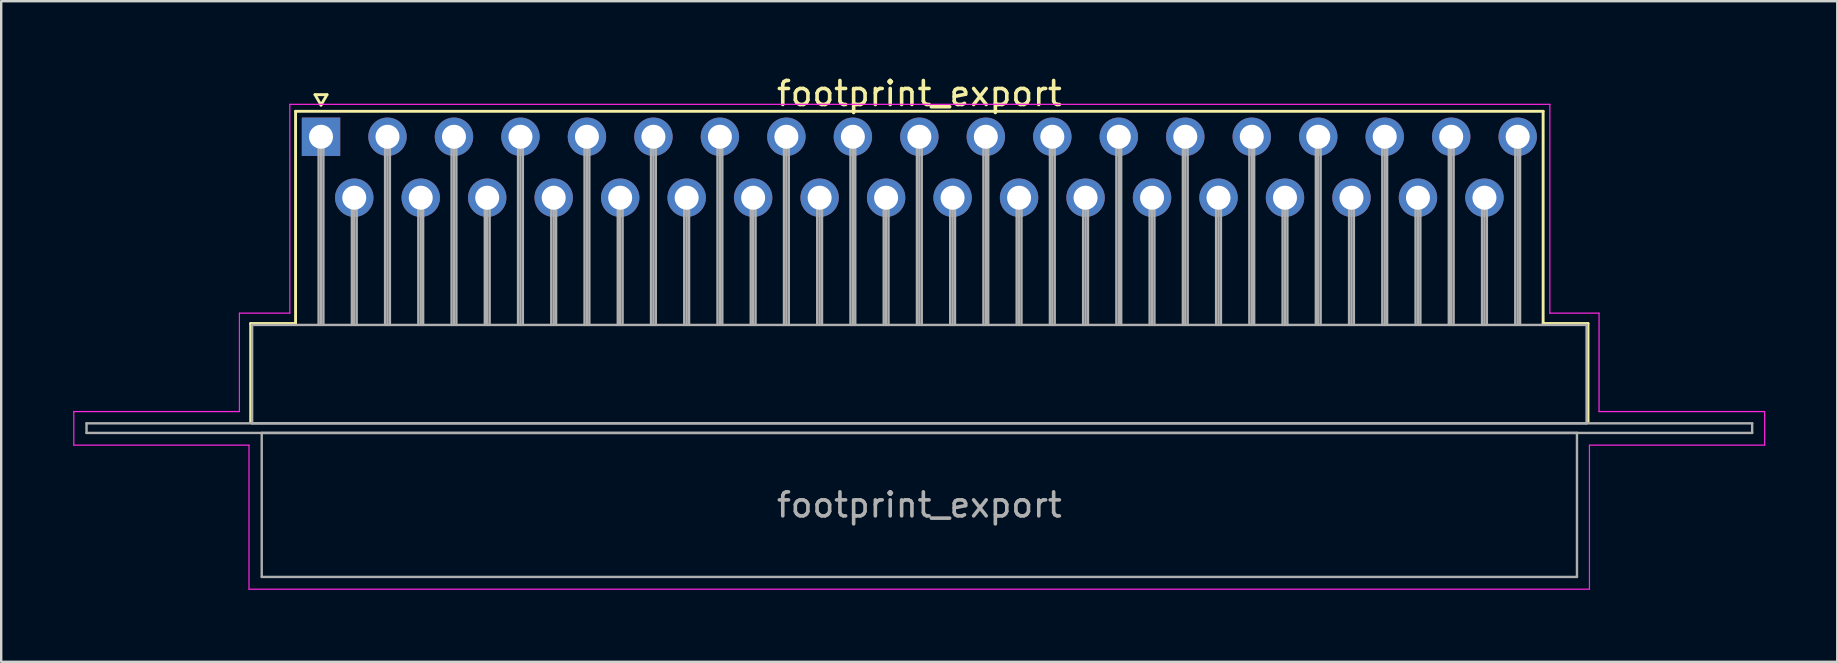
<source format=kicad_pcb>
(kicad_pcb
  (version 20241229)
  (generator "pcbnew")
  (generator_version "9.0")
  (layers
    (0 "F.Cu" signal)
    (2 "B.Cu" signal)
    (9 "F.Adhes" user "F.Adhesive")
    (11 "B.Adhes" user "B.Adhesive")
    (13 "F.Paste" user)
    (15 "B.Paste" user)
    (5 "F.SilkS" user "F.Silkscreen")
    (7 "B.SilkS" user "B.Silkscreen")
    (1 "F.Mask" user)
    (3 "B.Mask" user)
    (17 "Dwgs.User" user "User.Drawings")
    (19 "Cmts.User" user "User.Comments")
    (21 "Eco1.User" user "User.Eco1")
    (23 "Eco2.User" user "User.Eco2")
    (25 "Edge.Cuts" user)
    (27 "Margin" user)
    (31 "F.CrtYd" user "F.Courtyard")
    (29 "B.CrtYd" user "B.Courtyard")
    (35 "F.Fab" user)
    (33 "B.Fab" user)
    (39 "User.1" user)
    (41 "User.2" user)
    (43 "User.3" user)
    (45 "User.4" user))
  (footprint "footprint_export"
    (layer "F.Cu")
    (at 10.325 2.648)
    (property "Reference" "footprint_export" (at 24.93 -1.8 0) (layer "F.SilkS") (effects (font (size 1 1) (thickness 0.15))))
    (attr through_hole)
    (fp_line (start -2.93 7.78) (end -1.06 7.78) (stroke (width 0.12) (type solid)) (layer "F.SilkS"))
    (fp_line (start -2.93 11.88) (end -2.93 7.78) (stroke (width 0.12) (type solid)) (layer "F.SilkS"))
    (fp_line (start -1.06 -1.06) (end 50.92 -1.06) (stroke (width 0.12) (type solid)) (layer "F.SilkS"))
    (fp_line (start -1.06 7.78) (end -1.06 -1.06) (stroke (width 0.12) (type solid)) (layer "F.SilkS"))
    (fp_line (start -0.25 -1.754) (end 0.25 -1.754) (stroke (width 0.12) (type solid)) (layer "F.SilkS"))
    (fp_line (start 0 -1.321) (end -0.25 -1.754) (stroke (width 0.12) (type solid)) (layer "F.SilkS"))
    (fp_line (start 0.25 -1.754) (end 0 -1.321) (stroke (width 0.12) (type solid)) (layer "F.SilkS"))
    (fp_line (start 50.92 -1.06) (end 50.92 7.78) (stroke (width 0.12) (type solid)) (layer "F.SilkS"))
    (fp_line (start 50.92 7.78) (end 52.79 7.78) (stroke (width 0.12) (type solid)) (layer "F.SilkS"))
    (fp_line (start 52.79 7.78) (end 52.79 11.88) (stroke (width 0.12) (type solid)) (layer "F.SilkS"))
    (fp_line (start -10.3 11.45) (end -3.4 11.45) (stroke (width 0.05) (type solid)) (layer "F.CrtYd"))
    (fp_line (start -10.3 12.85) (end -10.3 11.45) (stroke (width 0.05) (type solid)) (layer "F.CrtYd"))
    (fp_line (start -3.4 7.35) (end -1.3 7.35) (stroke (width 0.05) (type solid)) (layer "F.CrtYd"))
    (fp_line (start -3.4 11.45) (end -3.4 7.35) (stroke (width 0.05) (type solid)) (layer "F.CrtYd"))
    (fp_line (start -3 12.85) (end -10.3 12.85) (stroke (width 0.05) (type solid)) (layer "F.CrtYd"))
    (fp_line (start -3 18.85) (end -3 12.85) (stroke (width 0.05) (type solid)) (layer "F.CrtYd"))
    (fp_line (start -1.3 -1.35) (end 51.2 -1.35) (stroke (width 0.05) (type solid)) (layer "F.CrtYd"))
    (fp_line (start -1.3 7.35) (end -1.3 -1.35) (stroke (width 0.05) (type solid)) (layer "F.CrtYd"))
    (fp_line (start 51.2 -1.35) (end 51.2 7.35) (stroke (width 0.05) (type solid)) (layer "F.CrtYd"))
    (fp_line (start 51.2 7.35) (end 53.25 7.35) (stroke (width 0.05) (type solid)) (layer "F.CrtYd"))
    (fp_line (start 52.85 12.85) (end 52.85 18.85) (stroke (width 0.05) (type solid)) (layer "F.CrtYd"))
    (fp_line (start 52.85 18.85) (end -3 18.85) (stroke (width 0.05) (type solid)) (layer "F.CrtYd"))
    (fp_line (start 53.25 7.35) (end 53.25 11.45) (stroke (width 0.05) (type solid)) (layer "F.CrtYd"))
    (fp_line (start 53.25 11.45) (end 60.15 11.45) (stroke (width 0.05) (type solid)) (layer "F.CrtYd"))
    (fp_line (start 60.15 11.45) (end 60.15 12.85) (stroke (width 0.05) (type solid)) (layer "F.CrtYd"))
    (fp_line (start 60.15 12.85) (end 52.85 12.85) (stroke (width 0.05) (type solid)) (layer "F.CrtYd"))
    (fp_line (start -9.77 11.94) (end -9.77 12.34) (stroke (width 0.1) (type solid)) (layer "F.Fab"))
    (fp_line (start -9.77 12.34) (end 59.63 12.34) (stroke (width 0.1) (type solid)) (layer "F.Fab"))
    (fp_line (start -2.87 7.84) (end -2.87 11.94) (stroke (width 0.1) (type solid)) (layer "F.Fab"))
    (fp_line (start -2.87 11.94) (end 52.73 11.94) (stroke (width 0.1) (type solid)) (layer "F.Fab"))
    (fp_line (start -2.47 12.34) (end -2.47 18.34) (stroke (width 0.1) (type solid)) (layer "F.Fab"))
    (fp_line (start -2.47 18.34) (end 52.33 18.34) (stroke (width 0.1) (type solid)) (layer "F.Fab"))
    (fp_line (start -0.1 0) (end -0.1 7.84) (stroke (width 0.1) (type solid)) (layer "F.Fab"))
    (fp_line (start 0 0) (end 0 7.84) (stroke (width 0.1) (type solid)) (layer "F.Fab"))
    (fp_line (start 0.1 0) (end 0.1 7.84) (stroke (width 0.1) (type solid)) (layer "F.Fab"))
    (fp_line (start 1.285 2.54) (end 1.285 7.84) (stroke (width 0.1) (type solid)) (layer "F.Fab"))
    (fp_line (start 1.385 2.54) (end 1.385 7.84) (stroke (width 0.1) (type solid)) (layer "F.Fab"))
    (fp_line (start 1.485 2.54) (end 1.485 7.84) (stroke (width 0.1) (type solid)) (layer "F.Fab"))
    (fp_line (start 2.67 0) (end 2.67 7.84) (stroke (width 0.1) (type solid)) (layer "F.Fab"))
    (fp_line (start 2.77 0) (end 2.77 7.84) (stroke (width 0.1) (type solid)) (layer "F.Fab"))
    (fp_line (start 2.87 0) (end 2.87 7.84) (stroke (width 0.1) (type solid)) (layer "F.Fab"))
    (fp_line (start 4.055 2.54) (end 4.055 7.84) (stroke (width 0.1) (type solid)) (layer "F.Fab"))
    (fp_line (start 4.155 2.54) (end 4.155 7.84) (stroke (width 0.1) (type solid)) (layer "F.Fab"))
    (fp_line (start 4.255 2.54) (end 4.255 7.84) (stroke (width 0.1) (type solid)) (layer "F.Fab"))
    (fp_line (start 5.44 0) (end 5.44 7.84) (stroke (width 0.1) (type solid)) (layer "F.Fab"))
    (fp_line (start 5.54 0) (end 5.54 7.84) (stroke (width 0.1) (type solid)) (layer "F.Fab"))
    (fp_line (start 5.64 0) (end 5.64 7.84) (stroke (width 0.1) (type solid)) (layer "F.Fab"))
    (fp_line (start 6.825 2.54) (end 6.825 7.84) (stroke (width 0.1) (type solid)) (layer "F.Fab"))
    (fp_line (start 6.925 2.54) (end 6.925 7.84) (stroke (width 0.1) (type solid)) (layer "F.Fab"))
    (fp_line (start 7.025 2.54) (end 7.025 7.84) (stroke (width 0.1) (type solid)) (layer "F.Fab"))
    (fp_line (start 8.21 0) (end 8.21 7.84) (stroke (width 0.1) (type solid)) (layer "F.Fab"))
    (fp_line (start 8.31 0) (end 8.31 7.84) (stroke (width 0.1) (type solid)) (layer "F.Fab"))
    (fp_line (start 8.41 0) (end 8.41 7.84) (stroke (width 0.1) (type solid)) (layer "F.Fab"))
    (fp_line (start 9.595 2.54) (end 9.595 7.84) (stroke (width 0.1) (type solid)) (layer "F.Fab"))
    (fp_line (start 9.695 2.54) (end 9.695 7.84) (stroke (width 0.1) (type solid)) (layer "F.Fab"))
    (fp_line (start 9.795 2.54) (end 9.795 7.84) (stroke (width 0.1) (type solid)) (layer "F.Fab"))
    (fp_line (start 10.98 0) (end 10.98 7.84) (stroke (width 0.1) (type solid)) (layer "F.Fab"))
    (fp_line (start 11.08 0) (end 11.08 7.84) (stroke (width 0.1) (type solid)) (layer "F.Fab"))
    (fp_line (start 11.18 0) (end 11.18 7.84) (stroke (width 0.1) (type solid)) (layer "F.Fab"))
    (fp_line (start 12.365 2.54) (end 12.365 7.84) (stroke (width 0.1) (type solid)) (layer "F.Fab"))
    (fp_line (start 12.465 2.54) (end 12.465 7.84) (stroke (width 0.1) (type solid)) (layer "F.Fab"))
    (fp_line (start 12.565 2.54) (end 12.565 7.84) (stroke (width 0.1) (type solid)) (layer "F.Fab"))
    (fp_line (start 13.75 0) (end 13.75 7.84) (stroke (width 0.1) (type solid)) (layer "F.Fab"))
    (fp_line (start 13.85 0) (end 13.85 7.84) (stroke (width 0.1) (type solid)) (layer "F.Fab"))
    (fp_line (start 13.95 0) (end 13.95 7.84) (stroke (width 0.1) (type solid)) (layer "F.Fab"))
    (fp_line (start 15.135 2.54) (end 15.135 7.84) (stroke (width 0.1) (type solid)) (layer "F.Fab"))
    (fp_line (start 15.235 2.54) (end 15.235 7.84) (stroke (width 0.1) (type solid)) (layer "F.Fab"))
    (fp_line (start 15.335 2.54) (end 15.335 7.84) (stroke (width 0.1) (type solid)) (layer "F.Fab"))
    (fp_line (start 16.52 0) (end 16.52 7.84) (stroke (width 0.1) (type solid)) (layer "F.Fab"))
    (fp_line (start 16.62 0) (end 16.62 7.84) (stroke (width 0.1) (type solid)) (layer "F.Fab"))
    (fp_line (start 16.72 0) (end 16.72 7.84) (stroke (width 0.1) (type solid)) (layer "F.Fab"))
    (fp_line (start 17.905 2.54) (end 17.905 7.84) (stroke (width 0.1) (type solid)) (layer "F.Fab"))
    (fp_line (start 18.005 2.54) (end 18.005 7.84) (stroke (width 0.1) (type solid)) (layer "F.Fab"))
    (fp_line (start 18.105 2.54) (end 18.105 7.84) (stroke (width 0.1) (type solid)) (layer "F.Fab"))
    (fp_line (start 19.29 0) (end 19.29 7.84) (stroke (width 0.1) (type solid)) (layer "F.Fab"))
    (fp_line (start 19.39 0) (end 19.39 7.84) (stroke (width 0.1) (type solid)) (layer "F.Fab"))
    (fp_line (start 19.49 0) (end 19.49 7.84) (stroke (width 0.1) (type solid)) (layer "F.Fab"))
    (fp_line (start 20.675 2.54) (end 20.675 7.84) (stroke (width 0.1) (type solid)) (layer "F.Fab"))
    (fp_line (start 20.775 2.54) (end 20.775 7.84) (stroke (width 0.1) (type solid)) (layer "F.Fab"))
    (fp_line (start 20.875 2.54) (end 20.875 7.84) (stroke (width 0.1) (type solid)) (layer "F.Fab"))
    (fp_line (start 22.06 0) (end 22.06 7.84) (stroke (width 0.1) (type solid)) (layer "F.Fab"))
    (fp_line (start 22.16 0) (end 22.16 7.84) (stroke (width 0.1) (type solid)) (layer "F.Fab"))
    (fp_line (start 22.26 0) (end 22.26 7.84) (stroke (width 0.1) (type solid)) (layer "F.Fab"))
    (fp_line (start 23.445 2.54) (end 23.445 7.84) (stroke (width 0.1) (type solid)) (layer "F.Fab"))
    (fp_line (start 23.545 2.54) (end 23.545 7.84) (stroke (width 0.1) (type solid)) (layer "F.Fab"))
    (fp_line (start 23.645 2.54) (end 23.645 7.84) (stroke (width 0.1) (type solid)) (layer "F.Fab"))
    (fp_line (start 24.83 0) (end 24.83 7.84) (stroke (width 0.1) (type solid)) (layer "F.Fab"))
    (fp_line (start 24.93 0) (end 24.93 7.84) (stroke (width 0.1) (type solid)) (layer "F.Fab"))
    (fp_line (start 25.03 0) (end 25.03 7.84) (stroke (width 0.1) (type solid)) (layer "F.Fab"))
    (fp_line (start 26.215 2.54) (end 26.215 7.84) (stroke (width 0.1) (type solid)) (layer "F.Fab"))
    (fp_line (start 26.315 2.54) (end 26.315 7.84) (stroke (width 0.1) (type solid)) (layer "F.Fab"))
    (fp_line (start 26.415 2.54) (end 26.415 7.84) (stroke (width 0.1) (type solid)) (layer "F.Fab"))
    (fp_line (start 27.6 0) (end 27.6 7.84) (stroke (width 0.1) (type solid)) (layer "F.Fab"))
    (fp_line (start 27.7 0) (end 27.7 7.84) (stroke (width 0.1) (type solid)) (layer "F.Fab"))
    (fp_line (start 27.8 0) (end 27.8 7.84) (stroke (width 0.1) (type solid)) (layer "F.Fab"))
    (fp_line (start 28.985 2.54) (end 28.985 7.84) (stroke (width 0.1) (type solid)) (layer "F.Fab"))
    (fp_line (start 29.085 2.54) (end 29.085 7.84) (stroke (width 0.1) (type solid)) (layer "F.Fab"))
    (fp_line (start 29.185 2.54) (end 29.185 7.84) (stroke (width 0.1) (type solid)) (layer "F.Fab"))
    (fp_line (start 30.37 0) (end 30.37 7.84) (stroke (width 0.1) (type solid)) (layer "F.Fab"))
    (fp_line (start 30.47 0) (end 30.47 7.84) (stroke (width 0.1) (type solid)) (layer "F.Fab"))
    (fp_line (start 30.57 0) (end 30.57 7.84) (stroke (width 0.1) (type solid)) (layer "F.Fab"))
    (fp_line (start 31.755 2.54) (end 31.755 7.84) (stroke (width 0.1) (type solid)) (layer "F.Fab"))
    (fp_line (start 31.855 2.54) (end 31.855 7.84) (stroke (width 0.1) (type solid)) (layer "F.Fab"))
    (fp_line (start 31.955 2.54) (end 31.955 7.84) (stroke (width 0.1) (type solid)) (layer "F.Fab"))
    (fp_line (start 33.14 0) (end 33.14 7.84) (stroke (width 0.1) (type solid)) (layer "F.Fab"))
    (fp_line (start 33.24 0) (end 33.24 7.84) (stroke (width 0.1) (type solid)) (layer "F.Fab"))
    (fp_line (start 33.34 0) (end 33.34 7.84) (stroke (width 0.1) (type solid)) (layer "F.Fab"))
    (fp_line (start 34.525 2.54) (end 34.525 7.84) (stroke (width 0.1) (type solid)) (layer "F.Fab"))
    (fp_line (start 34.625 2.54) (end 34.625 7.84) (stroke (width 0.1) (type solid)) (layer "F.Fab"))
    (fp_line (start 34.725 2.54) (end 34.725 7.84) (stroke (width 0.1) (type solid)) (layer "F.Fab"))
    (fp_line (start 35.91 0) (end 35.91 7.84) (stroke (width 0.1) (type solid)) (layer "F.Fab"))
    (fp_line (start 36.01 0) (end 36.01 7.84) (stroke (width 0.1) (type solid)) (layer "F.Fab"))
    (fp_line (start 36.11 0) (end 36.11 7.84) (stroke (width 0.1) (type solid)) (layer "F.Fab"))
    (fp_line (start 37.295 2.54) (end 37.295 7.84) (stroke (width 0.1) (type solid)) (layer "F.Fab"))
    (fp_line (start 37.395 2.54) (end 37.395 7.84) (stroke (width 0.1) (type solid)) (layer "F.Fab"))
    (fp_line (start 37.495 2.54) (end 37.495 7.84) (stroke (width 0.1) (type solid)) (layer "F.Fab"))
    (fp_line (start 38.68 0) (end 38.68 7.84) (stroke (width 0.1) (type solid)) (layer "F.Fab"))
    (fp_line (start 38.78 0) (end 38.78 7.84) (stroke (width 0.1) (type solid)) (layer "F.Fab"))
    (fp_line (start 38.88 0) (end 38.88 7.84) (stroke (width 0.1) (type solid)) (layer "F.Fab"))
    (fp_line (start 40.065 2.54) (end 40.065 7.84) (stroke (width 0.1) (type solid)) (layer "F.Fab"))
    (fp_line (start 40.165 2.54) (end 40.165 7.84) (stroke (width 0.1) (type solid)) (layer "F.Fab"))
    (fp_line (start 40.265 2.54) (end 40.265 7.84) (stroke (width 0.1) (type solid)) (layer "F.Fab"))
    (fp_line (start 41.45 0) (end 41.45 7.84) (stroke (width 0.1) (type solid)) (layer "F.Fab"))
    (fp_line (start 41.55 0) (end 41.55 7.84) (stroke (width 0.1) (type solid)) (layer "F.Fab"))
    (fp_line (start 41.65 0) (end 41.65 7.84) (stroke (width 0.1) (type solid)) (layer "F.Fab"))
    (fp_line (start 42.835 2.54) (end 42.835 7.84) (stroke (width 0.1) (type solid)) (layer "F.Fab"))
    (fp_line (start 42.935 2.54) (end 42.935 7.84) (stroke (width 0.1) (type solid)) (layer "F.Fab"))
    (fp_line (start 43.035 2.54) (end 43.035 7.84) (stroke (width 0.1) (type solid)) (layer "F.Fab"))
    (fp_line (start 44.22 0) (end 44.22 7.84) (stroke (width 0.1) (type solid)) (layer "F.Fab"))
    (fp_line (start 44.32 0) (end 44.32 7.84) (stroke (width 0.1) (type solid)) (layer "F.Fab"))
    (fp_line (start 44.42 0) (end 44.42 7.84) (stroke (width 0.1) (type solid)) (layer "F.Fab"))
    (fp_line (start 45.605 2.54) (end 45.605 7.84) (stroke (width 0.1) (type solid)) (layer "F.Fab"))
    (fp_line (start 45.705 2.54) (end 45.705 7.84) (stroke (width 0.1) (type solid)) (layer "F.Fab"))
    (fp_line (start 45.805 2.54) (end 45.805 7.84) (stroke (width 0.1) (type solid)) (layer "F.Fab"))
    (fp_line (start 46.99 0) (end 46.99 7.84) (stroke (width 0.1) (type solid)) (layer "F.Fab"))
    (fp_line (start 47.09 0) (end 47.09 7.84) (stroke (width 0.1) (type solid)) (layer "F.Fab"))
    (fp_line (start 47.19 0) (end 47.19 7.84) (stroke (width 0.1) (type solid)) (layer "F.Fab"))
    (fp_line (start 48.375 2.54) (end 48.375 7.84) (stroke (width 0.1) (type solid)) (layer "F.Fab"))
    (fp_line (start 48.475 2.54) (end 48.475 7.84) (stroke (width 0.1) (type solid)) (layer "F.Fab"))
    (fp_line (start 48.575 2.54) (end 48.575 7.84) (stroke (width 0.1) (type solid)) (layer "F.Fab"))
    (fp_line (start 49.76 0) (end 49.76 7.84) (stroke (width 0.1) (type solid)) (layer "F.Fab"))
    (fp_line (start 49.86 0) (end 49.86 7.84) (stroke (width 0.1) (type solid)) (layer "F.Fab"))
    (fp_line (start 49.96 0) (end 49.96 7.84) (stroke (width 0.1) (type solid)) (layer "F.Fab"))
    (fp_line (start 52.33 12.34) (end -2.47 12.34) (stroke (width 0.1) (type solid)) (layer "F.Fab"))
    (fp_line (start 52.33 18.34) (end 52.33 12.34) (stroke (width 0.1) (type solid)) (layer "F.Fab"))
    (fp_line (start 52.73 7.84) (end -2.87 7.84) (stroke (width 0.1) (type solid)) (layer "F.Fab"))
    (fp_line (start 52.73 11.94) (end 52.73 7.84) (stroke (width 0.1) (type solid)) (layer "F.Fab"))
    (fp_line (start 59.63 11.94) (end -9.77 11.94) (stroke (width 0.1) (type solid)) (layer "F.Fab"))
    (fp_line (start 59.63 12.34) (end 59.63 11.94) (stroke (width 0.1) (type solid)) (layer "F.Fab"))
    (fp_text user "${REFERENCE}" (at 24.93 15.34 0) (layer "F.Fab") (effects (font (size 1 1) (thickness 0.15))))
    (pad "1" thru_hole rect (at 0 0) (size 1.6 1.6) (drill 1) (layers "*.Cu" "*.Mask"))
    (pad "2" thru_hole circle (at 2.77 0) (size 1.6 1.6) (drill 1) (layers "*.Cu" "*.Mask"))
    (pad "3" thru_hole circle (at 5.54 0) (size 1.6 1.6) (drill 1) (layers "*.Cu" "*.Mask"))
    (pad "4" thru_hole circle (at 8.31 0) (size 1.6 1.6) (drill 1) (layers "*.Cu" "*.Mask"))
    (pad "5" thru_hole circle (at 11.08 0) (size 1.6 1.6) (drill 1) (layers "*.Cu" "*.Mask"))
    (pad "6" thru_hole circle (at 13.85 0) (size 1.6 1.6) (drill 1) (layers "*.Cu" "*.Mask"))
    (pad "7" thru_hole circle (at 16.62 0) (size 1.6 1.6) (drill 1) (layers "*.Cu" "*.Mask"))
    (pad "8" thru_hole circle (at 19.39 0) (size 1.6 1.6) (drill 1) (layers "*.Cu" "*.Mask"))
    (pad "9" thru_hole circle (at 22.16 0) (size 1.6 1.6) (drill 1) (layers "*.Cu" "*.Mask"))
    (pad "10" thru_hole circle (at 24.93 0) (size 1.6 1.6) (drill 1) (layers "*.Cu" "*.Mask"))
    (pad "11" thru_hole circle (at 27.7 0) (size 1.6 1.6) (drill 1) (layers "*.Cu" "*.Mask"))
    (pad "12" thru_hole circle (at 30.47 0) (size 1.6 1.6) (drill 1) (layers "*.Cu" "*.Mask"))
    (pad "13" thru_hole circle (at 33.24 0) (size 1.6 1.6) (drill 1) (layers "*.Cu" "*.Mask"))
    (pad "14" thru_hole circle (at 36.01 0) (size 1.6 1.6) (drill 1) (layers "*.Cu" "*.Mask"))
    (pad "15" thru_hole circle (at 38.78 0) (size 1.6 1.6) (drill 1) (layers "*.Cu" "*.Mask"))
    (pad "16" thru_hole circle (at 41.55 0) (size 1.6 1.6) (drill 1) (layers "*.Cu" "*.Mask"))
    (pad "17" thru_hole circle (at 44.32 0) (size 1.6 1.6) (drill 1) (layers "*.Cu" "*.Mask"))
    (pad "18" thru_hole circle (at 47.09 0) (size 1.6 1.6) (drill 1) (layers "*.Cu" "*.Mask"))
    (pad "19" thru_hole circle (at 49.86 0) (size 1.6 1.6) (drill 1) (layers "*.Cu" "*.Mask"))
    (pad "20" thru_hole circle (at 1.385 2.54) (size 1.6 1.6) (drill 1) (layers "*.Cu" "*.Mask"))
    (pad "21" thru_hole circle (at 4.155 2.54) (size 1.6 1.6) (drill 1) (layers "*.Cu" "*.Mask"))
    (pad "22" thru_hole circle (at 6.925 2.54) (size 1.6 1.6) (drill 1) (layers "*.Cu" "*.Mask"))
    (pad "23" thru_hole circle (at 9.695 2.54) (size 1.6 1.6) (drill 1) (layers "*.Cu" "*.Mask"))
    (pad "24" thru_hole circle (at 12.465 2.54) (size 1.6 1.6) (drill 1) (layers "*.Cu" "*.Mask"))
    (pad "25" thru_hole circle (at 15.235 2.54) (size 1.6 1.6) (drill 1) (layers "*.Cu" "*.Mask"))
    (pad "26" thru_hole circle (at 18.005 2.54) (size 1.6 1.6) (drill 1) (layers "*.Cu" "*.Mask"))
    (pad "27" thru_hole circle (at 20.775 2.54) (size 1.6 1.6) (drill 1) (layers "*.Cu" "*.Mask"))
    (pad "28" thru_hole circle (at 23.545 2.54) (size 1.6 1.6) (drill 1) (layers "*.Cu" "*.Mask"))
    (pad "29" thru_hole circle (at 26.315 2.54) (size 1.6 1.6) (drill 1) (layers "*.Cu" "*.Mask"))
    (pad "30" thru_hole circle (at 29.085 2.54) (size 1.6 1.6) (drill 1) (layers "*.Cu" "*.Mask"))
    (pad "31" thru_hole circle (at 31.855 2.54) (size 1.6 1.6) (drill 1) (layers "*.Cu" "*.Mask"))
    (pad "32" thru_hole circle (at 34.625 2.54) (size 1.6 1.6) (drill 1) (layers "*.Cu" "*.Mask"))
    (pad "33" thru_hole circle (at 37.395 2.54) (size 1.6 1.6) (drill 1) (layers "*.Cu" "*.Mask"))
    (pad "34" thru_hole circle (at 40.165 2.54) (size 1.6 1.6) (drill 1) (layers "*.Cu" "*.Mask"))
    (pad "35" thru_hole circle (at 42.935 2.54) (size 1.6 1.6) (drill 1) (layers "*.Cu" "*.Mask"))
    (pad "36" thru_hole circle (at 45.705 2.54) (size 1.6 1.6) (drill 1) (layers "*.Cu" "*.Mask"))
    (pad "37" thru_hole circle (at 48.475 2.54) (size 1.6 1.6) (drill 1) (layers "*.Cu" "*.Mask")))
  (gr_rect
    (start -3 -3)
    (end 73.5 24.523)
    (stroke (width 0.1) (type default))
    (fill no)
    (layer "Edge.Cuts")))
</source>
